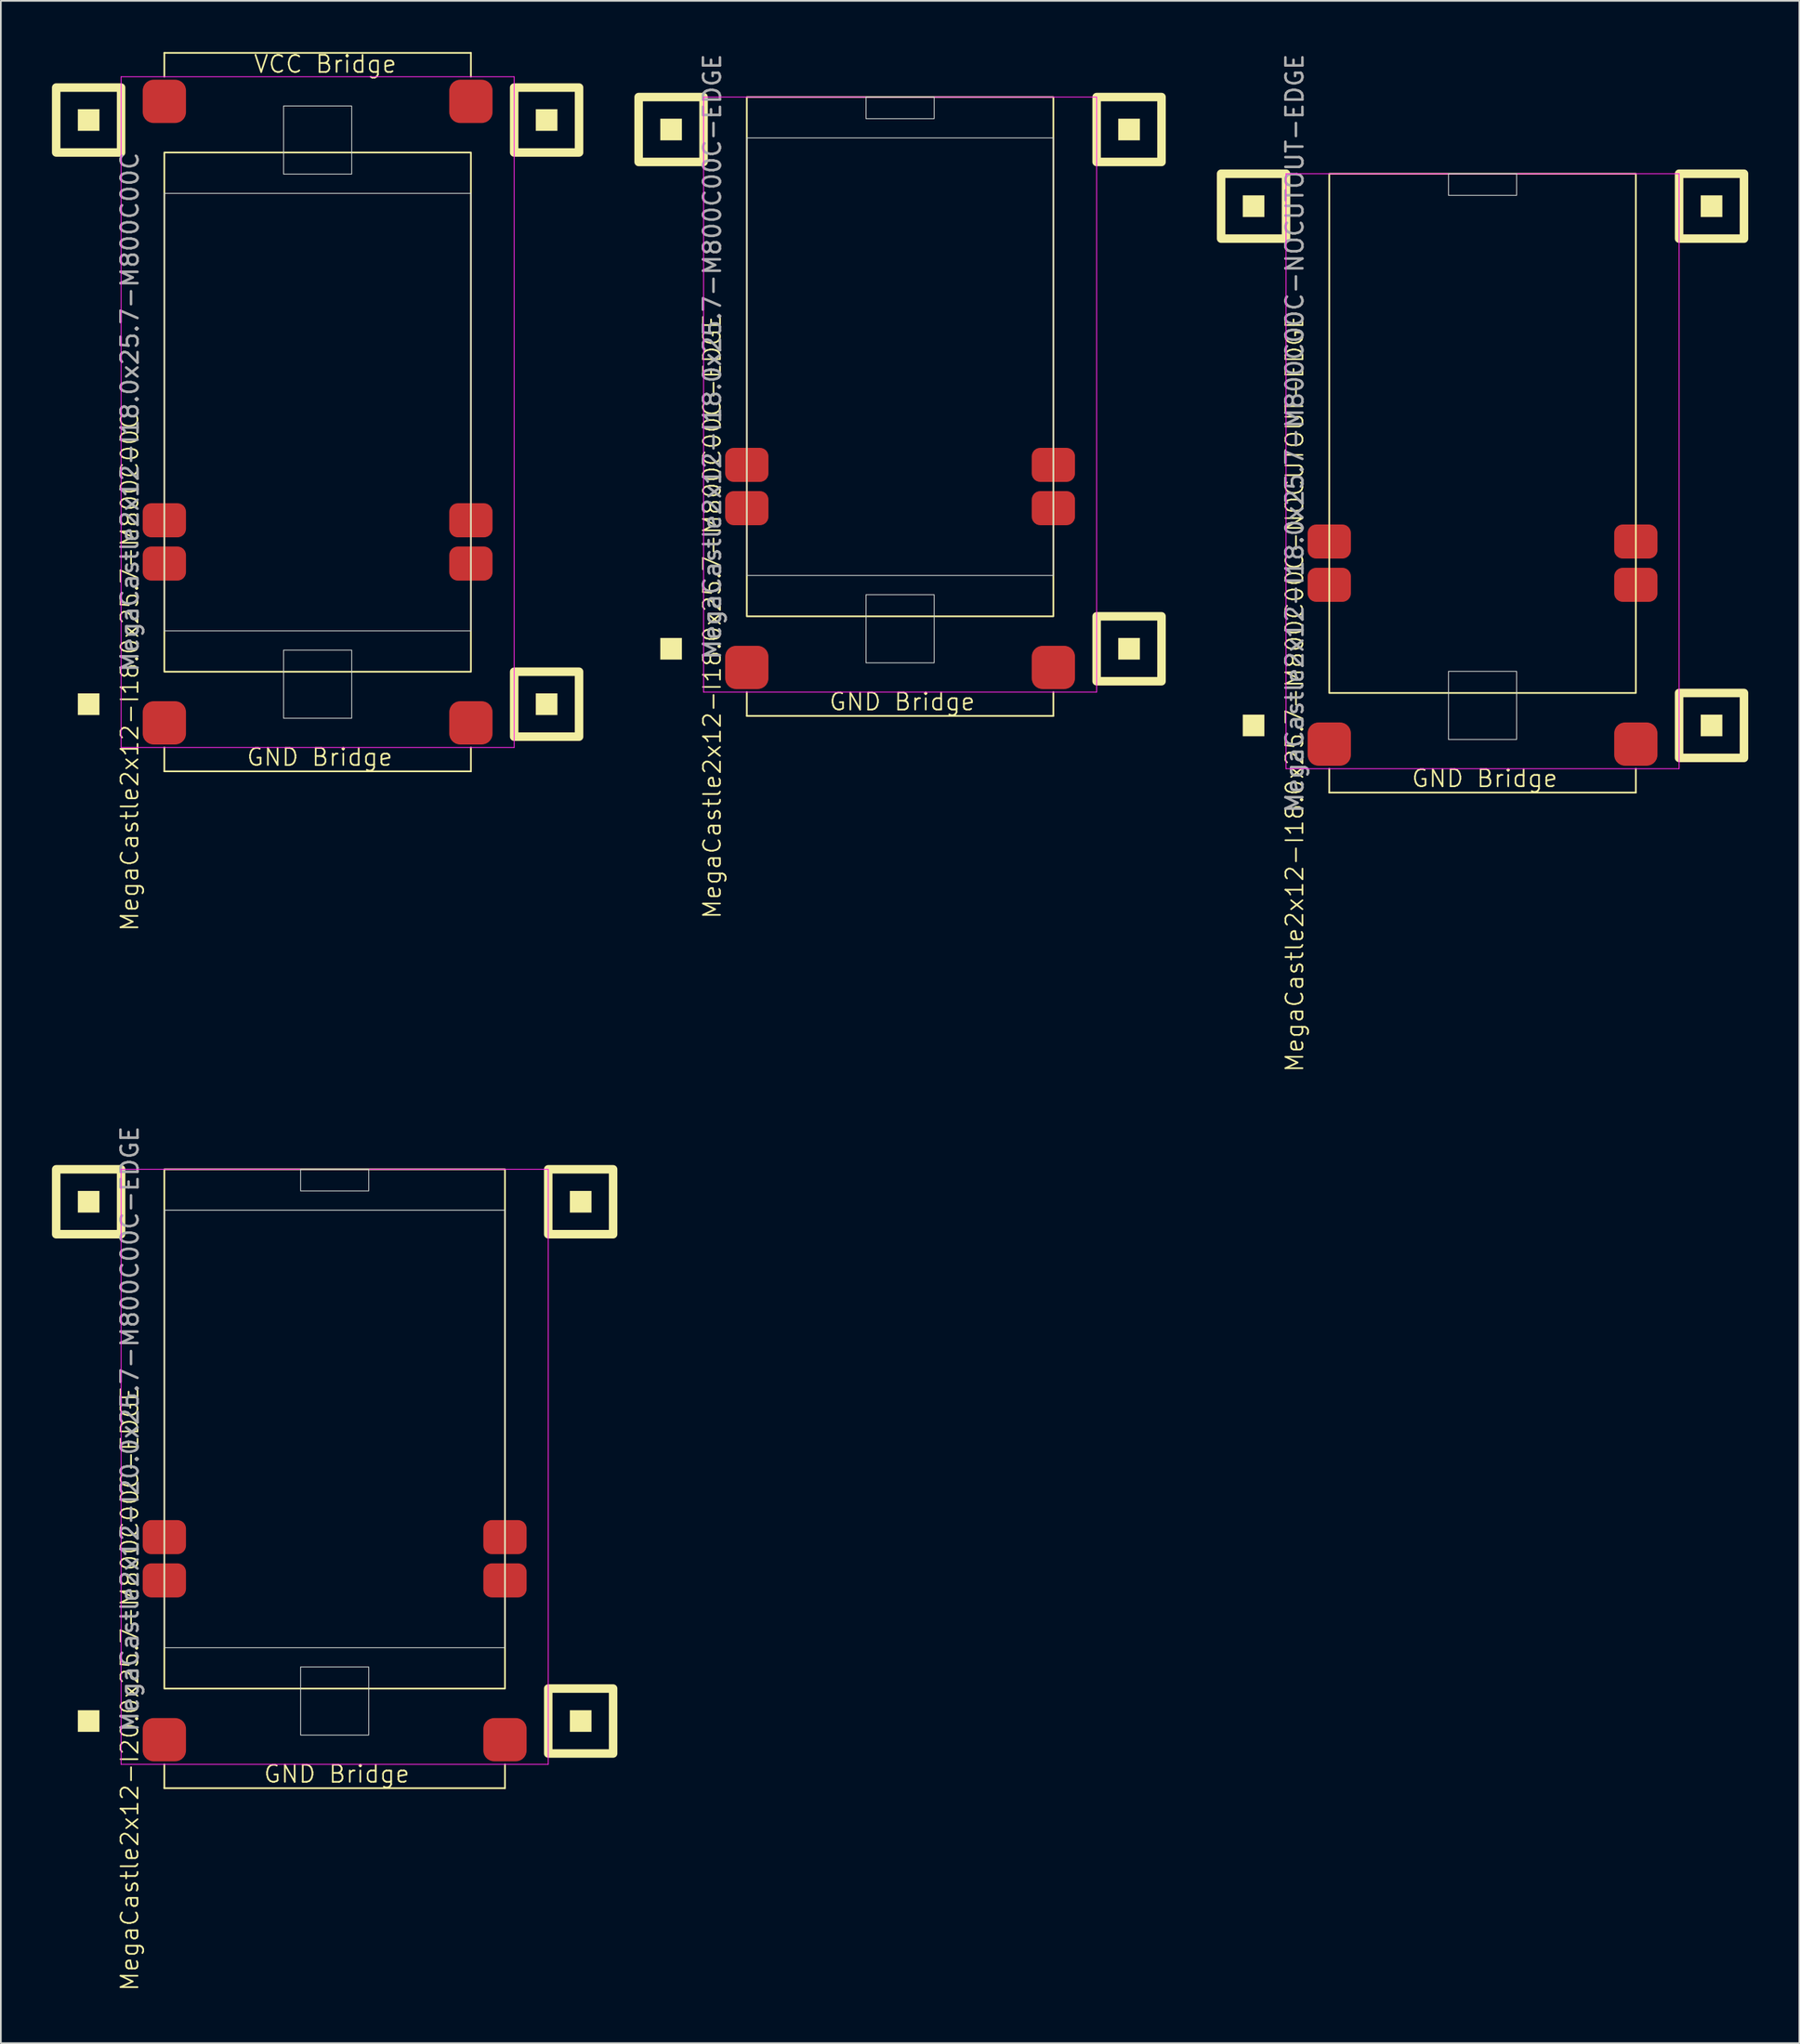
<source format=kicad_pcb>
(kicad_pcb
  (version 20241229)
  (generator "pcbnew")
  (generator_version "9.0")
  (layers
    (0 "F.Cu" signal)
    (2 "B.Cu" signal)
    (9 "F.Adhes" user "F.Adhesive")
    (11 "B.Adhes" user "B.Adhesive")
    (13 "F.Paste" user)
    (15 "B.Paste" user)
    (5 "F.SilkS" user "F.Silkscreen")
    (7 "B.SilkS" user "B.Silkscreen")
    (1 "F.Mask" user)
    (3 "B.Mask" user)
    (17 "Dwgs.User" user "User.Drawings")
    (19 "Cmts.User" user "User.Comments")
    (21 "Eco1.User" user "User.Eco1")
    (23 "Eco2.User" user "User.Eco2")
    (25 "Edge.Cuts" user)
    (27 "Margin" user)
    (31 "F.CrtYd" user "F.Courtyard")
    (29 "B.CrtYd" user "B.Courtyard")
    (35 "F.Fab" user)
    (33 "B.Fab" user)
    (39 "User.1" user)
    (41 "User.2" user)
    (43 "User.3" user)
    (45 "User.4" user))
  (footprint "MegaCastle2x12-I18.0x25.7-M800C00C-EDGE"
    (layer "F.Cu")
    (at 49.8 17.887)
    (property "Reference" "MegaCastle2x12-I18.0x25.7-M800C00C-EDGE" (at -11.032 15.24 90) (unlocked yes) (layer "F.SilkS") (effects (font (size 1 1) (thickness 0.1))))
    (attr smd)
    (fp_line (start -9 19.685) (end -9 21.085) (stroke (width 0.1) (type default)) (layer "F.SilkS"))
    (fp_line (start -9 21.085) (end 9 21.085) (stroke (width 0.1) (type default)) (layer "F.SilkS"))
    (fp_line (start 9 19.685) (end 9 21.085) (stroke (width 0.1) (type default)) (layer "F.SilkS"))
    (fp_rect (start -12.81 -12.7) (end -14.08 -13.97) (stroke (width 0) (type solid)) (fill yes) (layer "F.SilkS"))
    (fp_rect (start -12.81 17.78) (end -14.08 16.51) (stroke (width 0) (type solid)) (fill yes) (layer "F.SilkS"))
    (fp_rect (start -11.54 -11.43) (end -15.35 -15.24) (stroke (width 0.5) (type default)) (fill no) (layer "F.SilkS"))
    (fp_rect (start -9 -15.24) (end 9 15.24) (stroke (width 0.1) (type default)) (fill no) (layer "F.SilkS"))
    (fp_rect (start 14.08 -12.7) (end 12.81 -13.97) (stroke (width 0) (type solid)) (fill yes) (layer "F.SilkS"))
    (fp_rect (start 14.08 17.78) (end 12.81 16.51) (stroke (width 0) (type solid)) (fill yes) (layer "F.SilkS"))
    (fp_rect (start 15.35 -11.43) (end 11.54 -15.24) (stroke (width 0.5) (type default)) (fill no) (layer "F.SilkS"))
    (fp_rect (start 15.35 19.05) (end 11.54 15.24) (stroke (width 0.5) (type default)) (fill no) (layer "F.SilkS"))
    (fp_rect (start -9 -12.84) (end 9 12.84) (stroke (width 0.05) (type default)) (fill no) (layer "Edge.Cuts"))
    (fp_rect (start -2 -13.97) (end 2 -15.24) (stroke (width 0.05) (type default)) (fill no) (layer "Edge.Cuts"))
    (fp_rect (start -2 13.97) (end 2 17.97) (stroke (width 0.05) (type default)) (fill no) (layer "Edge.Cuts"))
    (fp_line (start -11.54 -15.24) (end -11.54 19.685) (stroke (width 0.05) (type default)) (layer "F.CrtYd"))
    (fp_line (start -11.54 19.685) (end 11.54 19.685) (stroke (width 0.05) (type default)) (layer "F.CrtYd"))
    (fp_line (start 11.54 -15.24) (end -11.54 -15.24) (stroke (width 0.05) (type default)) (layer "F.CrtYd"))
    (fp_line (start 11.54 -15.24) (end 11.54 19.685) (stroke (width 0.05) (type default)) (layer "F.CrtYd"))
    (fp_text user "GND Bridge" (at -4.226 20.84 0) (unlocked yes) (layer "F.SilkS") (effects (font (size 1 1) (thickness 0.1)) (justify left bottom)))
    (fp_text user "${REFERENCE}" (at -11.032 0 90) (unlocked yes) (layer "F.Fab") (effects (font (size 1 1) (thickness 0.15))))
    (pad "9" smd roundrect (at -9 6.35) (size 2.54 2) (layers "F.Cu" "F.Mask" "F.Paste") (roundrect_rratio 0.25))
    (pad "10" smd roundrect (at -9 8.89) (size 2.54 2) (layers "F.Cu" "F.Mask" "F.Paste") (roundrect_rratio 0.25))
    (pad "21" smd roundrect (at 9 6.35) (size 2.54 2) (layers "F.Cu" "F.Mask" "F.Paste") (roundrect_rratio 0.25))
    (pad "22" smd roundrect (at 9 8.89) (size 2.54 2) (layers "F.Cu" "F.Mask" "F.Paste") (roundrect_rratio 0.25))
    (pad "B1" smd roundrect (at -9 18.24) (size 2.54 2.54) (layers "F.Cu" "F.Mask" "F.Paste") (roundrect_rratio 0.25))
    (pad "B2" smd roundrect (at 9 18.24) (size 2.54 2.54) (layers "F.Cu" "F.Mask" "F.Paste") (roundrect_rratio 0.25)))
  (footprint "MegaCastle2x12-I18.0x25.7-M800C00C"
    (layer "F.Cu")
    (at 15.6 21.14)
    (property "Reference" "MegaCastle2x12-I18.0x25.7-M800C00C" (at -11.032 15.24 90) (unlocked yes) (layer "F.SilkS") (effects (font (size 1 1) (thickness 0.1))))
    (attr smd)
    (fp_line (start -9 -21.085) (end 9 -21.085) (stroke (width 0.1) (type default)) (layer "F.SilkS"))
    (fp_line (start -9 -19.685) (end -9 -21.085) (stroke (width 0.1) (type default)) (layer "F.SilkS"))
    (fp_line (start -9 19.685) (end -9 21.085) (stroke (width 0.1) (type default)) (layer "F.SilkS"))
    (fp_line (start -9 21.085) (end 9 21.085) (stroke (width 0.1) (type default)) (layer "F.SilkS"))
    (fp_line (start 9 -19.685) (end 9 -21.085) (stroke (width 0.1) (type default)) (layer "F.SilkS"))
    (fp_line (start 9 19.685) (end 9 21.085) (stroke (width 0.1) (type default)) (layer "F.SilkS"))
    (fp_rect (start -12.81 -16.51) (end -14.08 -17.78) (stroke (width 0) (type solid)) (fill yes) (layer "F.SilkS"))
    (fp_rect (start -12.81 17.78) (end -14.08 16.51) (stroke (width 0) (type solid)) (fill yes) (layer "F.SilkS"))
    (fp_rect (start -11.54 -15.24) (end -15.35 -19.05) (stroke (width 0.5) (type default)) (fill no) (layer "F.SilkS"))
    (fp_rect (start -9 -15.24) (end 9 15.24) (stroke (width 0.1) (type default)) (fill no) (layer "F.SilkS"))
    (fp_rect (start 14.08 -16.51) (end 12.81 -17.78) (stroke (width 0) (type solid)) (fill yes) (layer "F.SilkS"))
    (fp_rect (start 14.08 17.78) (end 12.81 16.51) (stroke (width 0) (type solid)) (fill yes) (layer "F.SilkS"))
    (fp_rect (start 15.35 -15.24) (end 11.54 -19.05) (stroke (width 0.5) (type default)) (fill no) (layer "F.SilkS"))
    (fp_rect (start 15.35 19.05) (end 11.54 15.24) (stroke (width 0.5) (type default)) (fill no) (layer "F.SilkS"))
    (fp_rect (start -9 -12.84) (end 9 12.84) (stroke (width 0.05) (type default)) (fill no) (layer "Edge.Cuts"))
    (fp_rect (start -2 -13.97) (end 2 -17.97) (stroke (width 0.05) (type default)) (fill no) (layer "Edge.Cuts"))
    (fp_rect (start -2 13.97) (end 2 17.97) (stroke (width 0.05) (type default)) (fill no) (layer "Edge.Cuts"))
    (fp_line (start -11.54 -19.685) (end -11.54 19.685) (stroke (width 0.05) (type default)) (layer "F.CrtYd"))
    (fp_line (start -11.54 19.685) (end 11.54 19.685) (stroke (width 0.05) (type default)) (layer "F.CrtYd"))
    (fp_line (start 11.54 -19.685) (end -11.54 -19.685) (stroke (width 0.05) (type default)) (layer "F.CrtYd"))
    (fp_line (start 11.54 -19.685) (end 11.54 19.685) (stroke (width 0.05) (type default)) (layer "F.CrtYd"))
    (fp_text user "VCC Bridge" (at -3.81 -19.84 0) (unlocked yes) (layer "F.SilkS") (effects (font (size 1 1) (thickness 0.1)) (justify left bottom)))
    (fp_text user "GND Bridge" (at -4.226 20.84 0) (unlocked yes) (layer "F.SilkS") (effects (font (size 1 1) (thickness 0.1)) (justify left bottom)))
    (fp_text user "${REFERENCE}" (at -11.032 0 90) (unlocked yes) (layer "F.Fab") (effects (font (size 1 1) (thickness 0.15))))
    (pad "9" smd roundrect (at -9 6.35) (size 2.54 2) (layers "F.Cu" "F.Mask" "F.Paste") (roundrect_rratio 0.25))
    (pad "10" smd roundrect (at -9 8.89) (size 2.54 2) (layers "F.Cu" "F.Mask" "F.Paste") (roundrect_rratio 0.25))
    (pad "21" smd roundrect (at 9 6.35) (size 2.54 2) (layers "F.Cu" "F.Mask" "F.Paste") (roundrect_rratio 0.25))
    (pad "22" smd roundrect (at 9 8.89) (size 2.54 2) (layers "F.Cu" "F.Mask" "F.Paste") (roundrect_rratio 0.25))
    (pad "A1" smd roundrect (at -9 -18.24) (size 2.54 2.54) (layers "F.Cu" "F.Mask" "F.Paste") (roundrect_rratio 0.25))
    (pad "A2" smd roundrect (at 9 -18.24) (size 2.54 2.54) (layers "F.Cu" "F.Mask" "F.Paste") (roundrect_rratio 0.25))
    (pad "B1" smd roundrect (at -9 18.24) (size 2.54 2.54) (layers "F.Cu" "F.Mask" "F.Paste") (roundrect_rratio 0.25))
    (pad "B2" smd roundrect (at 9 18.24) (size 2.54 2.54) (layers "F.Cu" "F.Mask" "F.Paste") (roundrect_rratio 0.25)))
  (footprint "MegaCastle2x12-I18.0x25.7-M800C00C-NOCUTOUT-EDGE"
    (layer "F.Cu")
    (at 84 22.387)
    (property "Reference" "MegaCastle2x12-I18.0x25.7-M800C00C-NOCUTOUT-EDGE" (at -11.032 15.24 90) (unlocked yes) (layer "F.SilkS") (effects (font (size 1 1) (thickness 0.1))))
    (attr smd)
    (fp_line (start -9 19.685) (end -9 21.085) (stroke (width 0.1) (type default)) (layer "F.SilkS"))
    (fp_line (start -9 21.085) (end 9 21.085) (stroke (width 0.1) (type default)) (layer "F.SilkS"))
    (fp_line (start 9 19.685) (end 9 21.085) (stroke (width 0.1) (type default)) (layer "F.SilkS"))
    (fp_rect (start -12.81 -12.7) (end -14.08 -13.97) (stroke (width 0) (type solid)) (fill yes) (layer "F.SilkS"))
    (fp_rect (start -12.81 17.78) (end -14.08 16.51) (stroke (width 0) (type solid)) (fill yes) (layer "F.SilkS"))
    (fp_rect (start -11.54 -11.43) (end -15.35 -15.24) (stroke (width 0.5) (type default)) (fill no) (layer "F.SilkS"))
    (fp_rect (start -9 -15.24) (end 9 15.24) (stroke (width 0.1) (type default)) (fill no) (layer "F.SilkS"))
    (fp_rect (start 14.08 -12.7) (end 12.81 -13.97) (stroke (width 0) (type solid)) (fill yes) (layer "F.SilkS"))
    (fp_rect (start 14.08 17.78) (end 12.81 16.51) (stroke (width 0) (type solid)) (fill yes) (layer "F.SilkS"))
    (fp_rect (start 15.35 -11.43) (end 11.54 -15.24) (stroke (width 0.5) (type default)) (fill no) (layer "F.SilkS"))
    (fp_rect (start 15.35 19.05) (end 11.54 15.24) (stroke (width 0.5) (type default)) (fill no) (layer "F.SilkS"))
    (fp_rect (start -2 -13.97) (end 2 -15.24) (stroke (width 0.05) (type default)) (fill no) (layer "Edge.Cuts"))
    (fp_rect (start -2 13.97) (end 2 17.97) (stroke (width 0.05) (type default)) (fill no) (layer "Edge.Cuts"))
    (fp_line (start -11.54 -15.24) (end -11.54 19.685) (stroke (width 0.05) (type default)) (layer "F.CrtYd"))
    (fp_line (start -11.54 19.685) (end 11.54 19.685) (stroke (width 0.05) (type default)) (layer "F.CrtYd"))
    (fp_line (start 11.54 -15.24) (end -11.54 -15.24) (stroke (width 0.05) (type default)) (layer "F.CrtYd"))
    (fp_line (start 11.54 -15.24) (end 11.54 19.685) (stroke (width 0.05) (type default)) (layer "F.CrtYd"))
    (fp_text user "GND Bridge" (at -4.226 20.84 0) (unlocked yes) (layer "F.SilkS") (effects (font (size 1 1) (thickness 0.1)) (justify left bottom)))
    (fp_text user "${REFERENCE}" (at -11.032 0 90) (unlocked yes) (layer "F.Fab") (effects (font (size 1 1) (thickness 0.15))))
    (pad "9" smd roundrect (at -9 6.35) (size 2.54 2) (layers "F.Cu" "F.Mask" "F.Paste") (roundrect_rratio 0.25))
    (pad "10" smd roundrect (at -9 8.89) (size 2.54 2) (layers "F.Cu" "F.Mask" "F.Paste") (roundrect_rratio 0.25))
    (pad "21" smd roundrect (at 9 6.35) (size 2.54 2) (layers "F.Cu" "F.Mask" "F.Paste") (roundrect_rratio 0.25))
    (pad "22" smd roundrect (at 9 8.89) (size 2.54 2) (layers "F.Cu" "F.Mask" "F.Paste") (roundrect_rratio 0.25))
    (pad "B1" smd roundrect (at -9 18.24) (size 2.54 2.54) (layers "F.Cu" "F.Mask" "F.Paste") (roundrect_rratio 0.25))
    (pad "B2" smd roundrect (at 9 18.24) (size 2.54 2.54) (layers "F.Cu" "F.Mask" "F.Paste") (roundrect_rratio 0.25)))
  (footprint "MegaCastle2x12-I20.0x25.7-M800C00C-EDGE"
    (layer "F.Cu")
    (at 16.6 80.826)
    (property "Reference" "MegaCastle2x12-I20.0x25.7-M800C00C-EDGE" (at -12.032 15.24 90) (unlocked yes) (layer "F.SilkS") (effects (font (size 1 1) (thickness 0.1))))
    (attr smd)
    (fp_line (start -10 19.685) (end -10 21.085) (stroke (width 0.1) (type default)) (layer "F.SilkS"))
    (fp_line (start -10 21.085) (end 10 21.085) (stroke (width 0.1) (type default)) (layer "F.SilkS"))
    (fp_line (start 10 19.685) (end 10 21.085) (stroke (width 0.1) (type default)) (layer "F.SilkS"))
    (fp_rect (start -13.81 -12.7) (end -15.08 -13.97) (stroke (width 0) (type solid)) (fill yes) (layer "F.SilkS"))
    (fp_rect (start -13.81 17.78) (end -15.08 16.51) (stroke (width 0) (type solid)) (fill yes) (layer "F.SilkS"))
    (fp_rect (start -12.54 -11.43) (end -16.35 -15.24) (stroke (width 0.5) (type default)) (fill no) (layer "F.SilkS"))
    (fp_rect (start -10 -15.24) (end 10 15.24) (stroke (width 0.1) (type default)) (fill no) (layer "F.SilkS"))
    (fp_rect (start 15.08 -12.7) (end 13.81 -13.97) (stroke (width 0) (type solid)) (fill yes) (layer "F.SilkS"))
    (fp_rect (start 15.08 17.78) (end 13.81 16.51) (stroke (width 0) (type solid)) (fill yes) (layer "F.SilkS"))
    (fp_rect (start 16.35 -11.43) (end 12.54 -15.24) (stroke (width 0.5) (type default)) (fill no) (layer "F.SilkS"))
    (fp_rect (start 16.35 19.05) (end 12.54 15.24) (stroke (width 0.5) (type default)) (fill no) (layer "F.SilkS"))
    (fp_rect (start -10 -12.84) (end 10 12.84) (stroke (width 0.05) (type default)) (fill no) (layer "Edge.Cuts"))
    (fp_rect (start -2 -13.97) (end 2 -15.24) (stroke (width 0.05) (type default)) (fill no) (layer "Edge.Cuts"))
    (fp_rect (start -2 13.97) (end 2 17.97) (stroke (width 0.05) (type default)) (fill no) (layer "Edge.Cuts"))
    (fp_line (start -12.54 -15.24) (end -12.54 19.685) (stroke (width 0.05) (type default)) (layer "F.CrtYd"))
    (fp_line (start -12.54 19.685) (end 12.54 19.685) (stroke (width 0.05) (type default)) (layer "F.CrtYd"))
    (fp_line (start 12.54 -15.24) (end -12.54 -15.24) (stroke (width 0.05) (type default)) (layer "F.CrtYd"))
    (fp_line (start 12.54 -15.24) (end 12.54 19.685) (stroke (width 0.05) (type default)) (layer "F.CrtYd"))
    (fp_text user "GND Bridge" (at -4.226 20.84 0) (unlocked yes) (layer "F.SilkS") (effects (font (size 1 1) (thickness 0.1)) (justify left bottom)))
    (fp_text user "${REFERENCE}" (at -12.032 0 90) (unlocked yes) (layer "F.Fab") (effects (font (size 1 1) (thickness 0.15))))
    (pad "9" smd roundrect (at -10 6.35) (size 2.54 2) (layers "F.Cu" "F.Mask" "F.Paste") (roundrect_rratio 0.25))
    (pad "10" smd roundrect (at -10 8.89) (size 2.54 2) (layers "F.Cu" "F.Mask" "F.Paste") (roundrect_rratio 0.25))
    (pad "21" smd roundrect (at 10 6.35) (size 2.54 2) (layers "F.Cu" "F.Mask" "F.Paste") (roundrect_rratio 0.25))
    (pad "22" smd roundrect (at 10 8.89) (size 2.54 2) (layers "F.Cu" "F.Mask" "F.Paste") (roundrect_rratio 0.25))
    (pad "B1" smd roundrect (at -10 18.24) (size 2.54 2.54) (layers "F.Cu" "F.Mask" "F.Paste") (roundrect_rratio 0.25))
    (pad "B2" smd roundrect (at 10 18.24) (size 2.54 2.54) (layers "F.Cu" "F.Mask" "F.Paste") (roundrect_rratio 0.25)))
  (gr_rect
    (start -3 -3)
    (end 102.6 116.878)
    (stroke (width 0.1) (type default))
    (fill no)
    (layer "Edge.Cuts")))
</source>
